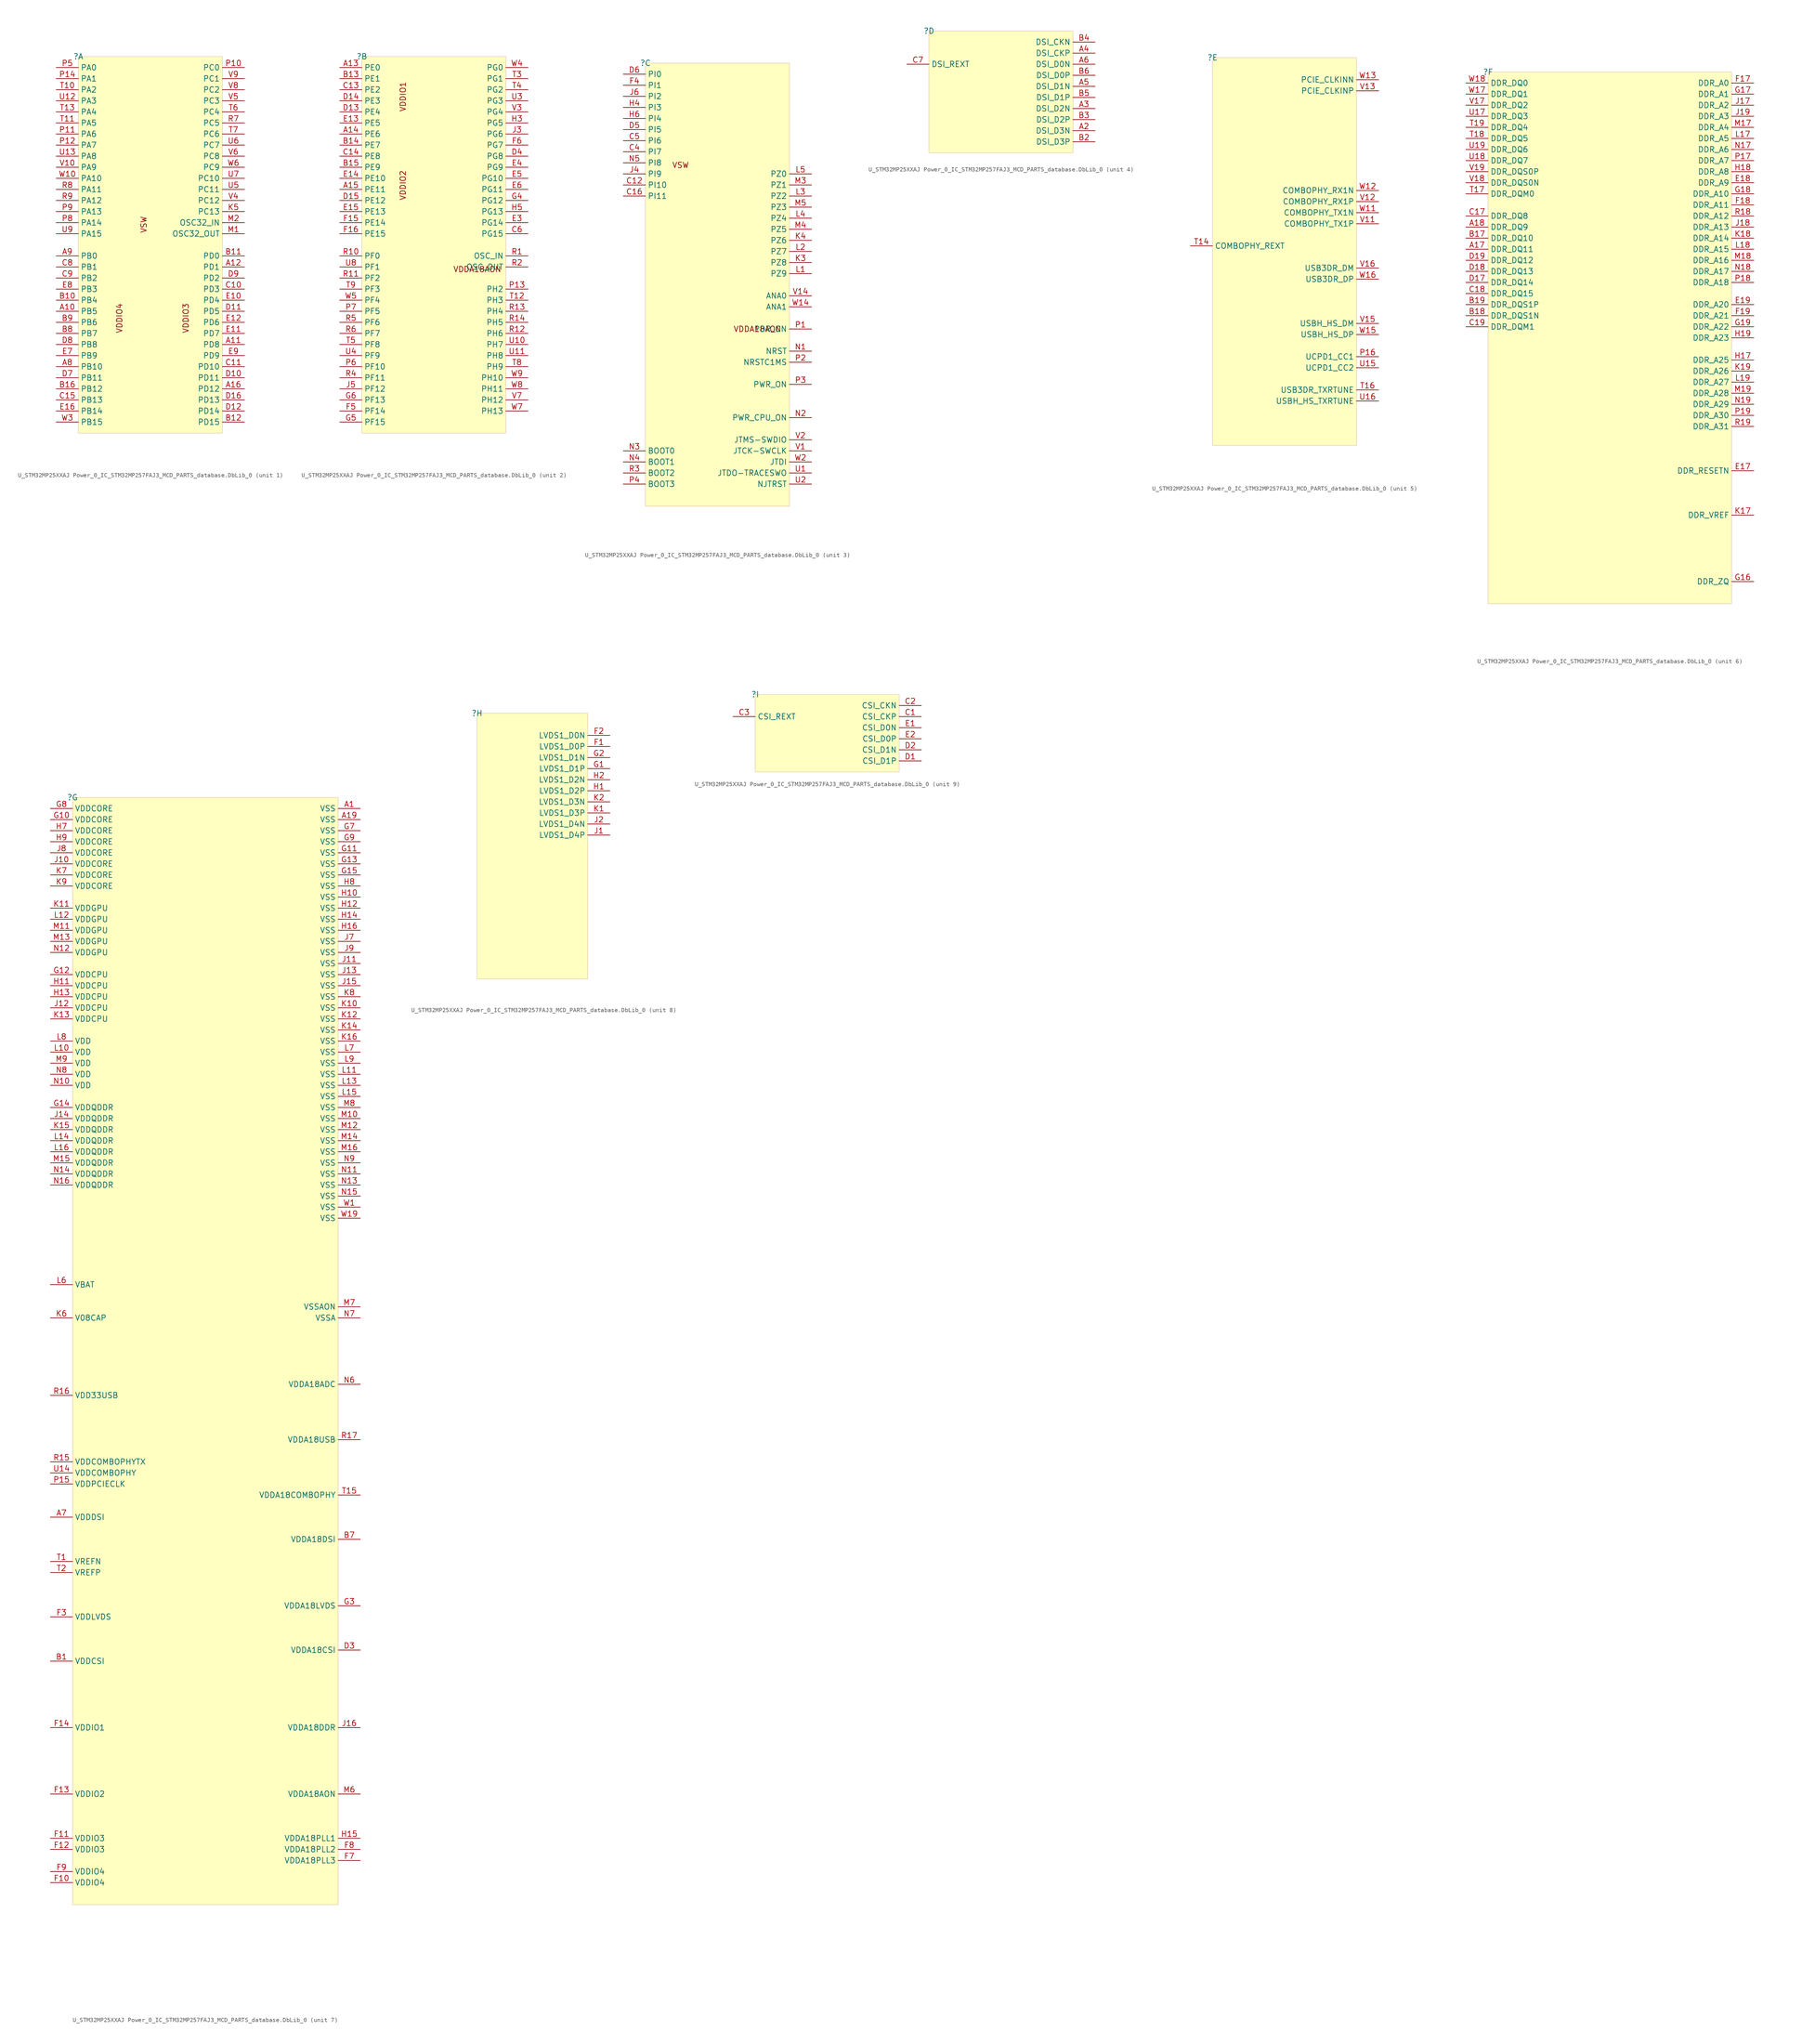
<source format=kicad_sym>
(kicad_symbol_lib
  (version 20241209)
  (generator "kicad_symbol_editor")
  (generator_version "9.0")
  (symbol "U_STM32MP25XXAJ Power_0_IC_STM32MP257FAJ3_MCD_PARTS_database.DbLib_0"
    (property "Reference" ""
      (at 0 0 0)
      (effects (font (size 1.27 1.27))))
    (property "Value" ""
      (at 0 0 0)
      (effects (font (size 1.27 1.27))))
    (symbol "U_STM32MP25XXAJ Power_0_IC_STM32MP257FAJ3_MCD_PARTS_database.DbLib_0_1_0"
      (rectangle (start 33.02 0) (end 0 -86.36) (stroke (width 0.025) (type solid) (color 128 0 0 1)) (fill (type background)))
      (text "VDDIO4" (at 10.16 -63.5 900) (effects (font (size 1.27 1.27)) (justify left bottom)))
      (text "VSW" (at 15.748 -36.576 900) (effects (font (size 1.27 1.27)) (justify right bottom)))
      (text "VDDIO3" (at 25.4 -63.5 900) (effects (font (size 1.27 1.27)) (justify left bottom)))
      (pin passive line (at -5.08 -2.54 0) (length 5.08) (name "PA0" (effects (font (size 1.27 1.27)))) (number "P5" (effects (font (size 1.27 1.27)))))
      (pin passive line (at -5.08 -5.08 0) (length 5.08) (name "PA1" (effects (font (size 1.27 1.27)))) (number "P14" (effects (font (size 1.27 1.27)))))
      (pin passive line (at -5.08 -7.62 0) (length 5.08) (name "PA2" (effects (font (size 1.27 1.27)))) (number "T10" (effects (font (size 1.27 1.27)))))
      (pin passive line (at -5.08 -10.16 0) (length 5.08) (name "PA3" (effects (font (size 1.27 1.27)))) (number "U12" (effects (font (size 1.27 1.27)))))
      (pin passive line (at -5.08 -12.7 0) (length 5.08) (name "PA4" (effects (font (size 1.27 1.27)))) (number "T13" (effects (font (size 1.27 1.27)))))
      (pin passive line (at -5.08 -15.24 0) (length 5.08) (name "PA5" (effects (font (size 1.27 1.27)))) (number "T11" (effects (font (size 1.27 1.27)))))
      (pin passive line (at -5.08 -17.78 0) (length 5.08) (name "PA6" (effects (font (size 1.27 1.27)))) (number "P11" (effects (font (size 1.27 1.27)))))
      (pin passive line (at -5.08 -20.32 0) (length 5.08) (name "PA7" (effects (font (size 1.27 1.27)))) (number "P12" (effects (font (size 1.27 1.27)))))
      (pin passive line (at -5.08 -22.86 0) (length 5.08) (name "PA8" (effects (font (size 1.27 1.27)))) (number "U13" (effects (font (size 1.27 1.27)))))
      (pin passive line (at -5.08 -25.4 0) (length 5.08) (name "PA9" (effects (font (size 1.27 1.27)))) (number "V10" (effects (font (size 1.27 1.27)))))
      (pin passive line (at -5.08 -27.94 0) (length 5.08) (name "PA10" (effects (font (size 1.27 1.27)))) (number "W10" (effects (font (size 1.27 1.27)))))
      (pin passive line (at -5.08 -30.48 0) (length 5.08) (name "PA11" (effects (font (size 1.27 1.27)))) (number "R8" (effects (font (size 1.27 1.27)))))
      (pin passive line (at -5.08 -33.02 0) (length 5.08) (name "PA12" (effects (font (size 1.27 1.27)))) (number "R9" (effects (font (size 1.27 1.27)))))
      (pin passive line (at -5.08 -35.56 0) (length 5.08) (name "PA13" (effects (font (size 1.27 1.27)))) (number "P9" (effects (font (size 1.27 1.27)))))
      (pin passive line (at -5.08 -38.1 0) (length 5.08) (name "PA14" (effects (font (size 1.27 1.27)))) (number "P8" (effects (font (size 1.27 1.27)))))
      (pin passive line (at -5.08 -40.64 0) (length 5.08) (name "PA15" (effects (font (size 1.27 1.27)))) (number "U9" (effects (font (size 1.27 1.27)))))
      (pin passive line (at -5.08 -45.72 0) (length 5.08) (name "PB0" (effects (font (size 1.27 1.27)))) (number "A9" (effects (font (size 1.27 1.27)))))
      (pin passive line (at -5.08 -48.26 0) (length 5.08) (name "PB1" (effects (font (size 1.27 1.27)))) (number "C8" (effects (font (size 1.27 1.27)))))
      (pin passive line (at -5.08 -50.8 0) (length 5.08) (name "PB2" (effects (font (size 1.27 1.27)))) (number "C9" (effects (font (size 1.27 1.27)))))
      (pin passive line (at -5.08 -53.34 0) (length 5.08) (name "PB3" (effects (font (size 1.27 1.27)))) (number "E8" (effects (font (size 1.27 1.27)))))
      (pin passive line (at -5.08 -55.88 0) (length 5.08) (name "PB4" (effects (font (size 1.27 1.27)))) (number "B10" (effects (font (size 1.27 1.27)))))
      (pin passive line (at -5.08 -58.42 0) (length 5.08) (name "PB5" (effects (font (size 1.27 1.27)))) (number "A10" (effects (font (size 1.27 1.27)))))
      (pin passive line (at -5.08 -60.96 0) (length 5.08) (name "PB6" (effects (font (size 1.27 1.27)))) (number "B9" (effects (font (size 1.27 1.27)))))
      (pin passive line (at -5.08 -63.5 0) (length 5.08) (name "PB7" (effects (font (size 1.27 1.27)))) (number "B8" (effects (font (size 1.27 1.27)))))
      (pin passive line (at -5.08 -66.04 0) (length 5.08) (name "PB8" (effects (font (size 1.27 1.27)))) (number "D8" (effects (font (size 1.27 1.27)))))
      (pin passive line (at -5.08 -68.58 0) (length 5.08) (name "PB9" (effects (font (size 1.27 1.27)))) (number "E7" (effects (font (size 1.27 1.27)))))
      (pin passive line (at -5.08 -71.12 0) (length 5.08) (name "PB10" (effects (font (size 1.27 1.27)))) (number "A8" (effects (font (size 1.27 1.27)))))
      (pin passive line (at -5.08 -73.66 0) (length 5.08) (name "PB11" (effects (font (size 1.27 1.27)))) (number "D7" (effects (font (size 1.27 1.27)))))
      (pin passive line (at -5.08 -76.2 0) (length 5.08) (name "PB12" (effects (font (size 1.27 1.27)))) (number "B16" (effects (font (size 1.27 1.27)))))
      (pin passive line (at -5.08 -78.74 0) (length 5.08) (name "PB13" (effects (font (size 1.27 1.27)))) (number "C15" (effects (font (size 1.27 1.27)))))
      (pin passive line (at -5.08 -81.28 0) (length 5.08) (name "PB14" (effects (font (size 1.27 1.27)))) (number "E16" (effects (font (size 1.27 1.27)))))
      (pin passive line (at -5.08 -83.82 0) (length 5.08) (name "PB15" (effects (font (size 1.27 1.27)))) (number "W3" (effects (font (size 1.27 1.27)))))
      (pin passive line (at 38.1 -2.54 180) (length 5.08) (name "PC0" (effects (font (size 1.27 1.27)))) (number "P10" (effects (font (size 1.27 1.27)))))
      (pin passive line (at 38.1 -5.08 180) (length 5.08) (name "PC1" (effects (font (size 1.27 1.27)))) (number "V9" (effects (font (size 1.27 1.27)))))
      (pin passive line (at 38.1 -7.62 180) (length 5.08) (name "PC2" (effects (font (size 1.27 1.27)))) (number "V8" (effects (font (size 1.27 1.27)))))
      (pin passive line (at 38.1 -10.16 180) (length 5.08) (name "PC3" (effects (font (size 1.27 1.27)))) (number "V5" (effects (font (size 1.27 1.27)))))
      (pin passive line (at 38.1 -12.7 180) (length 5.08) (name "PC4" (effects (font (size 1.27 1.27)))) (number "T6" (effects (font (size 1.27 1.27)))))
      (pin passive line (at 38.1 -15.24 180) (length 5.08) (name "PC5" (effects (font (size 1.27 1.27)))) (number "R7" (effects (font (size 1.27 1.27)))))
      (pin passive line (at 38.1 -17.78 180) (length 5.08) (name "PC6" (effects (font (size 1.27 1.27)))) (number "T7" (effects (font (size 1.27 1.27)))))
      (pin passive line (at 38.1 -20.32 180) (length 5.08) (name "PC7" (effects (font (size 1.27 1.27)))) (number "U6" (effects (font (size 1.27 1.27)))))
      (pin passive line (at 38.1 -22.86 180) (length 5.08) (name "PC8" (effects (font (size 1.27 1.27)))) (number "V6" (effects (font (size 1.27 1.27)))))
      (pin passive line (at 38.1 -25.4 180) (length 5.08) (name "PC9" (effects (font (size 1.27 1.27)))) (number "W6" (effects (font (size 1.27 1.27)))))
      (pin passive line (at 38.1 -27.94 180) (length 5.08) (name "PC10" (effects (font (size 1.27 1.27)))) (number "U7" (effects (font (size 1.27 1.27)))))
      (pin passive line (at 38.1 -30.48 180) (length 5.08) (name "PC11" (effects (font (size 1.27 1.27)))) (number "U5" (effects (font (size 1.27 1.27)))))
      (pin passive line (at 38.1 -33.02 180) (length 5.08) (name "PC12" (effects (font (size 1.27 1.27)))) (number "V4" (effects (font (size 1.27 1.27)))))
      (pin passive line (at 38.1 -35.56 180) (length 5.08) (name "PC13" (effects (font (size 1.27 1.27)))) (number "K5" (effects (font (size 1.27 1.27)))))
      (pin passive line (at 38.1 -38.1 180) (length 5.08) (name "OSC32_IN" (effects (font (size 1.27 1.27)))) (number "M2" (effects (font (size 1.27 1.27)))))
      (pin passive line (at 38.1 -40.64 180) (length 5.08) (name "OSC32_OUT" (effects (font (size 1.27 1.27)))) (number "M1" (effects (font (size 1.27 1.27)))))
      (pin passive line (at 38.1 -45.72 180) (length 5.08) (name "PD0" (effects (font (size 1.27 1.27)))) (number "B11" (effects (font (size 1.27 1.27)))))
      (pin passive line (at 38.1 -48.26 180) (length 5.08) (name "PD1" (effects (font (size 1.27 1.27)))) (number "A12" (effects (font (size 1.27 1.27)))))
      (pin passive line (at 38.1 -50.8 180) (length 5.08) (name "PD2" (effects (font (size 1.27 1.27)))) (number "D9" (effects (font (size 1.27 1.27)))))
      (pin passive line (at 38.1 -53.34 180) (length 5.08) (name "PD3" (effects (font (size 1.27 1.27)))) (number "C10" (effects (font (size 1.27 1.27)))))
      (pin passive line (at 38.1 -55.88 180) (length 5.08) (name "PD4" (effects (font (size 1.27 1.27)))) (number "E10" (effects (font (size 1.27 1.27)))))
      (pin passive line (at 38.1 -58.42 180) (length 5.08) (name "PD5" (effects (font (size 1.27 1.27)))) (number "D11" (effects (font (size 1.27 1.27)))))
      (pin passive line (at 38.1 -60.96 180) (length 5.08) (name "PD6" (effects (font (size 1.27 1.27)))) (number "E12" (effects (font (size 1.27 1.27)))))
      (pin passive line (at 38.1 -63.5 180) (length 5.08) (name "PD7" (effects (font (size 1.27 1.27)))) (number "E11" (effects (font (size 1.27 1.27)))))
      (pin passive line (at 38.1 -66.04 180) (length 5.08) (name "PD8" (effects (font (size 1.27 1.27)))) (number "A11" (effects (font (size 1.27 1.27)))))
      (pin passive line (at 38.1 -68.58 180) (length 5.08) (name "PD9" (effects (font (size 1.27 1.27)))) (number "E9" (effects (font (size 1.27 1.27)))))
      (pin passive line (at 38.1 -71.12 180) (length 5.08) (name "PD10" (effects (font (size 1.27 1.27)))) (number "C11" (effects (font (size 1.27 1.27)))))
      (pin passive line (at 38.1 -73.66 180) (length 5.08) (name "PD11" (effects (font (size 1.27 1.27)))) (number "D10" (effects (font (size 1.27 1.27)))))
      (pin passive line (at 38.1 -76.2 180) (length 5.08) (name "PD12" (effects (font (size 1.27 1.27)))) (number "A16" (effects (font (size 1.27 1.27)))))
      (pin passive line (at 38.1 -78.74 180) (length 5.08) (name "PD13" (effects (font (size 1.27 1.27)))) (number "D16" (effects (font (size 1.27 1.27)))))
      (pin passive line (at 38.1 -81.28 180) (length 5.08) (name "PD14" (effects (font (size 1.27 1.27)))) (number "D12" (effects (font (size 1.27 1.27)))))
      (pin passive line (at 38.1 -83.82 180) (length 5.08) (name "PD15" (effects (font (size 1.27 1.27)))) (number "B12" (effects (font (size 1.27 1.27))))))
    (symbol "U_STM32MP25XXAJ Power_0_IC_STM32MP257FAJ3_MCD_PARTS_database.DbLib_0_2_0"
      (rectangle (start 33.02 0) (end 0 -86.36) (stroke (width 0.025) (type solid) (color 128 0 0 1)) (fill (type background)))
      (text "VDDIO1" (at 10.16 -12.7 900) (effects (font (size 1.27 1.27)) (justify left bottom)))
      (text "VDDIO2" (at 10.16 -33.02 900) (effects (font (size 1.27 1.27)) (justify left bottom)))
      (text "VDDA18AON" (at 32.004 -49.53 0) (effects (font (size 1.27 1.27)) (justify right bottom)))
      (pin passive line (at -5.08 -2.54 0) (length 5.08) (name "PE0" (effects (font (size 1.27 1.27)))) (number "A13" (effects (font (size 1.27 1.27)))))
      (pin passive line (at -5.08 -5.08 0) (length 5.08) (name "PE1" (effects (font (size 1.27 1.27)))) (number "B13" (effects (font (size 1.27 1.27)))))
      (pin passive line (at -5.08 -7.62 0) (length 5.08) (name "PE2" (effects (font (size 1.27 1.27)))) (number "C13" (effects (font (size 1.27 1.27)))))
      (pin passive line (at -5.08 -10.16 0) (length 5.08) (name "PE3" (effects (font (size 1.27 1.27)))) (number "D14" (effects (font (size 1.27 1.27)))))
      (pin passive line (at -5.08 -12.7 0) (length 5.08) (name "PE4" (effects (font (size 1.27 1.27)))) (number "D13" (effects (font (size 1.27 1.27)))))
      (pin passive line (at -5.08 -15.24 0) (length 5.08) (name "PE5" (effects (font (size 1.27 1.27)))) (number "E13" (effects (font (size 1.27 1.27)))))
      (pin passive line (at -5.08 -17.78 0) (length 5.08) (name "PE6" (effects (font (size 1.27 1.27)))) (number "A14" (effects (font (size 1.27 1.27)))))
      (pin passive line (at -5.08 -20.32 0) (length 5.08) (name "PE7" (effects (font (size 1.27 1.27)))) (number "B14" (effects (font (size 1.27 1.27)))))
      (pin passive line (at -5.08 -22.86 0) (length 5.08) (name "PE8" (effects (font (size 1.27 1.27)))) (number "C14" (effects (font (size 1.27 1.27)))))
      (pin passive line (at -5.08 -25.4 0) (length 5.08) (name "PE9" (effects (font (size 1.27 1.27)))) (number "B15" (effects (font (size 1.27 1.27)))))
      (pin passive line (at -5.08 -27.94 0) (length 5.08) (name "PE10" (effects (font (size 1.27 1.27)))) (number "E14" (effects (font (size 1.27 1.27)))))
      (pin passive line (at -5.08 -30.48 0) (length 5.08) (name "PE11" (effects (font (size 1.27 1.27)))) (number "A15" (effects (font (size 1.27 1.27)))))
      (pin passive line (at -5.08 -33.02 0) (length 5.08) (name "PE12" (effects (font (size 1.27 1.27)))) (number "D15" (effects (font (size 1.27 1.27)))))
      (pin passive line (at -5.08 -35.56 0) (length 5.08) (name "PE13" (effects (font (size 1.27 1.27)))) (number "E15" (effects (font (size 1.27 1.27)))))
      (pin passive line (at -5.08 -38.1 0) (length 5.08) (name "PE14" (effects (font (size 1.27 1.27)))) (number "F15" (effects (font (size 1.27 1.27)))))
      (pin passive line (at -5.08 -40.64 0) (length 5.08) (name "PE15" (effects (font (size 1.27 1.27)))) (number "F16" (effects (font (size 1.27 1.27)))))
      (pin passive line (at -5.08 -45.72 0) (length 5.08) (name "PF0" (effects (font (size 1.27 1.27)))) (number "R10" (effects (font (size 1.27 1.27)))))
      (pin passive line (at -5.08 -48.26 0) (length 5.08) (name "PF1" (effects (font (size 1.27 1.27)))) (number "U8" (effects (font (size 1.27 1.27)))))
      (pin passive line (at -5.08 -50.8 0) (length 5.08) (name "PF2" (effects (font (size 1.27 1.27)))) (number "R11" (effects (font (size 1.27 1.27)))))
      (pin passive line (at -5.08 -53.34 0) (length 5.08) (name "PF3" (effects (font (size 1.27 1.27)))) (number "T9" (effects (font (size 1.27 1.27)))))
      (pin passive line (at -5.08 -55.88 0) (length 5.08) (name "PF4" (effects (font (size 1.27 1.27)))) (number "W5" (effects (font (size 1.27 1.27)))))
      (pin passive line (at -5.08 -58.42 0) (length 5.08) (name "PF5" (effects (font (size 1.27 1.27)))) (number "P7" (effects (font (size 1.27 1.27)))))
      (pin passive line (at -5.08 -60.96 0) (length 5.08) (name "PF6" (effects (font (size 1.27 1.27)))) (number "R5" (effects (font (size 1.27 1.27)))))
      (pin passive line (at -5.08 -63.5 0) (length 5.08) (name "PF7" (effects (font (size 1.27 1.27)))) (number "R6" (effects (font (size 1.27 1.27)))))
      (pin passive line (at -5.08 -66.04 0) (length 5.08) (name "PF8" (effects (font (size 1.27 1.27)))) (number "T5" (effects (font (size 1.27 1.27)))))
      (pin passive line (at -5.08 -68.58 0) (length 5.08) (name "PF9" (effects (font (size 1.27 1.27)))) (number "U4" (effects (font (size 1.27 1.27)))))
      (pin passive line (at -5.08 -71.12 0) (length 5.08) (name "PF10" (effects (font (size 1.27 1.27)))) (number "P6" (effects (font (size 1.27 1.27)))))
      (pin passive line (at -5.08 -73.66 0) (length 5.08) (name "PF11" (effects (font (size 1.27 1.27)))) (number "R4" (effects (font (size 1.27 1.27)))))
      (pin passive line (at -5.08 -76.2 0) (length 5.08) (name "PF12" (effects (font (size 1.27 1.27)))) (number "J5" (effects (font (size 1.27 1.27)))))
      (pin passive line (at -5.08 -78.74 0) (length 5.08) (name "PF13" (effects (font (size 1.27 1.27)))) (number "G6" (effects (font (size 1.27 1.27)))))
      (pin passive line (at -5.08 -81.28 0) (length 5.08) (name "PF14" (effects (font (size 1.27 1.27)))) (number "F5" (effects (font (size 1.27 1.27)))))
      (pin passive line (at -5.08 -83.82 0) (length 5.08) (name "PF15" (effects (font (size 1.27 1.27)))) (number "G5" (effects (font (size 1.27 1.27)))))
      (pin passive line (at 38.1 -2.54 180) (length 5.08) (name "PG0" (effects (font (size 1.27 1.27)))) (number "W4" (effects (font (size 1.27 1.27)))))
      (pin passive line (at 38.1 -5.08 180) (length 5.08) (name "PG1" (effects (font (size 1.27 1.27)))) (number "T3" (effects (font (size 1.27 1.27)))))
      (pin passive line (at 38.1 -7.62 180) (length 5.08) (name "PG2" (effects (font (size 1.27 1.27)))) (number "T4" (effects (font (size 1.27 1.27)))))
      (pin passive line (at 38.1 -10.16 180) (length 5.08) (name "PG3" (effects (font (size 1.27 1.27)))) (number "U3" (effects (font (size 1.27 1.27)))))
      (pin passive line (at 38.1 -12.7 180) (length 5.08) (name "PG4" (effects (font (size 1.27 1.27)))) (number "V3" (effects (font (size 1.27 1.27)))))
      (pin passive line (at 38.1 -15.24 180) (length 5.08) (name "PG5" (effects (font (size 1.27 1.27)))) (number "H3" (effects (font (size 1.27 1.27)))))
      (pin passive line (at 38.1 -17.78 180) (length 5.08) (name "PG6" (effects (font (size 1.27 1.27)))) (number "J3" (effects (font (size 1.27 1.27)))))
      (pin passive line (at 38.1 -20.32 180) (length 5.08) (name "PG7" (effects (font (size 1.27 1.27)))) (number "F6" (effects (font (size 1.27 1.27)))))
      (pin passive line (at 38.1 -22.86 180) (length 5.08) (name "PG8" (effects (font (size 1.27 1.27)))) (number "D4" (effects (font (size 1.27 1.27)))))
      (pin passive line (at 38.1 -25.4 180) (length 5.08) (name "PG9" (effects (font (size 1.27 1.27)))) (number "E4" (effects (font (size 1.27 1.27)))))
      (pin passive line (at 38.1 -27.94 180) (length 5.08) (name "PG10" (effects (font (size 1.27 1.27)))) (number "E5" (effects (font (size 1.27 1.27)))))
      (pin passive line (at 38.1 -30.48 180) (length 5.08) (name "PG11" (effects (font (size 1.27 1.27)))) (number "E6" (effects (font (size 1.27 1.27)))))
      (pin passive line (at 38.1 -33.02 180) (length 5.08) (name "PG12" (effects (font (size 1.27 1.27)))) (number "G4" (effects (font (size 1.27 1.27)))))
      (pin passive line (at 38.1 -35.56 180) (length 5.08) (name "PG13" (effects (font (size 1.27 1.27)))) (number "H5" (effects (font (size 1.27 1.27)))))
      (pin passive line (at 38.1 -38.1 180) (length 5.08) (name "PG14" (effects (font (size 1.27 1.27)))) (number "E3" (effects (font (size 1.27 1.27)))))
      (pin passive line (at 38.1 -40.64 180) (length 5.08) (name "PG15" (effects (font (size 1.27 1.27)))) (number "C6" (effects (font (size 1.27 1.27)))))
      (pin passive line (at 38.1 -45.72 180) (length 5.08) (name "OSC_IN" (effects (font (size 1.27 1.27)))) (number "R1" (effects (font (size 1.27 1.27)))))
      (pin passive line (at 38.1 -48.26 180) (length 5.08) (name "OSC_OUT" (effects (font (size 1.27 1.27)))) (number "R2" (effects (font (size 1.27 1.27)))))
      (pin passive line (at 38.1 -53.34 180) (length 5.08) (name "PH2" (effects (font (size 1.27 1.27)))) (number "P13" (effects (font (size 1.27 1.27)))))
      (pin passive line (at 38.1 -55.88 180) (length 5.08) (name "PH3" (effects (font (size 1.27 1.27)))) (number "T12" (effects (font (size 1.27 1.27)))))
      (pin passive line (at 38.1 -58.42 180) (length 5.08) (name "PH4" (effects (font (size 1.27 1.27)))) (number "R13" (effects (font (size 1.27 1.27)))))
      (pin passive line (at 38.1 -60.96 180) (length 5.08) (name "PH5" (effects (font (size 1.27 1.27)))) (number "R14" (effects (font (size 1.27 1.27)))))
      (pin passive line (at 38.1 -63.5 180) (length 5.08) (name "PH6" (effects (font (size 1.27 1.27)))) (number "R12" (effects (font (size 1.27 1.27)))))
      (pin passive line (at 38.1 -66.04 180) (length 5.08) (name "PH7" (effects (font (size 1.27 1.27)))) (number "U10" (effects (font (size 1.27 1.27)))))
      (pin passive line (at 38.1 -68.58 180) (length 5.08) (name "PH8" (effects (font (size 1.27 1.27)))) (number "U11" (effects (font (size 1.27 1.27)))))
      (pin passive line (at 38.1 -71.12 180) (length 5.08) (name "PH9" (effects (font (size 1.27 1.27)))) (number "T8" (effects (font (size 1.27 1.27)))))
      (pin passive line (at 38.1 -73.66 180) (length 5.08) (name "PH10" (effects (font (size 1.27 1.27)))) (number "W9" (effects (font (size 1.27 1.27)))))
      (pin passive line (at 38.1 -76.2 180) (length 5.08) (name "PH11" (effects (font (size 1.27 1.27)))) (number "W8" (effects (font (size 1.27 1.27)))))
      (pin passive line (at 38.1 -78.74 180) (length 5.08) (name "PH12" (effects (font (size 1.27 1.27)))) (number "V7" (effects (font (size 1.27 1.27)))))
      (pin passive line (at 38.1 -81.28 180) (length 5.08) (name "PH13" (effects (font (size 1.27 1.27)))) (number "W7" (effects (font (size 1.27 1.27))))))
    (symbol "U_STM32MP25XXAJ Power_0_IC_STM32MP257FAJ3_MCD_PARTS_database.DbLib_0_3_0"
      (rectangle (start 33.02 0) (end 0 -101.6) (stroke (width 0.025) (type solid) (color 128 0 0 1)) (fill (type background)))
      (text "VSW" (at 6.096 -24.13 0) (effects (font (size 1.27 1.27)) (justify left bottom)))
      (text "VDDA18AON" (at 31.242 -61.722 0) (effects (font (size 1.27 1.27)) (justify right bottom)))
      (pin passive line (at -5.08 -2.54 0) (length 5.08) (name "PI0" (effects (font (size 1.27 1.27)))) (number "D6" (effects (font (size 1.27 1.27)))))
      (pin passive line (at -5.08 -5.08 0) (length 5.08) (name "PI1" (effects (font (size 1.27 1.27)))) (number "F4" (effects (font (size 1.27 1.27)))))
      (pin passive line (at -5.08 -7.62 0) (length 5.08) (name "PI2" (effects (font (size 1.27 1.27)))) (number "J6" (effects (font (size 1.27 1.27)))))
      (pin passive line (at -5.08 -10.16 0) (length 5.08) (name "PI3" (effects (font (size 1.27 1.27)))) (number "H4" (effects (font (size 1.27 1.27)))))
      (pin passive line (at -5.08 -12.7 0) (length 5.08) (name "PI4" (effects (font (size 1.27 1.27)))) (number "H6" (effects (font (size 1.27 1.27)))))
      (pin passive line (at -5.08 -15.24 0) (length 5.08) (name "PI5" (effects (font (size 1.27 1.27)))) (number "D5" (effects (font (size 1.27 1.27)))))
      (pin passive line (at -5.08 -17.78 0) (length 5.08) (name "PI6" (effects (font (size 1.27 1.27)))) (number "C5" (effects (font (size 1.27 1.27)))))
      (pin passive line (at -5.08 -20.32 0) (length 5.08) (name "PI7" (effects (font (size 1.27 1.27)))) (number "C4" (effects (font (size 1.27 1.27)))))
      (pin passive line (at -5.08 -22.86 0) (length 5.08) (name "PI8" (effects (font (size 1.27 1.27)))) (number "N5" (effects (font (size 1.27 1.27)))))
      (pin passive line (at -5.08 -25.4 0) (length 5.08) (name "PI9" (effects (font (size 1.27 1.27)))) (number "J4" (effects (font (size 1.27 1.27)))))
      (pin passive line (at -5.08 -27.94 0) (length 5.08) (name "PI10" (effects (font (size 1.27 1.27)))) (number "C12" (effects (font (size 1.27 1.27)))))
      (pin passive line (at -5.08 -30.48 0) (length 5.08) (name "PI11" (effects (font (size 1.27 1.27)))) (number "C16" (effects (font (size 1.27 1.27)))))
      (pin passive line (at -5.08 -88.9 0) (length 5.08) (name "BOOT0" (effects (font (size 1.27 1.27)))) (number "N3" (effects (font (size 1.27 1.27)))))
      (pin passive line (at -5.08 -91.44 0) (length 5.08) (name "BOOT1" (effects (font (size 1.27 1.27)))) (number "N4" (effects (font (size 1.27 1.27)))))
      (pin passive line (at -5.08 -93.98 0) (length 5.08) (name "BOOT2" (effects (font (size 1.27 1.27)))) (number "R3" (effects (font (size 1.27 1.27)))))
      (pin passive line (at -5.08 -96.52 0) (length 5.08) (name "BOOT3" (effects (font (size 1.27 1.27)))) (number "P4" (effects (font (size 1.27 1.27)))))
      (pin passive line (at 38.1 -25.4 180) (length 5.08) (name "PZ0" (effects (font (size 1.27 1.27)))) (number "L5" (effects (font (size 1.27 1.27)))))
      (pin passive line (at 38.1 -27.94 180) (length 5.08) (name "PZ1" (effects (font (size 1.27 1.27)))) (number "M3" (effects (font (size 1.27 1.27)))))
      (pin passive line (at 38.1 -30.48 180) (length 5.08) (name "PZ2" (effects (font (size 1.27 1.27)))) (number "L3" (effects (font (size 1.27 1.27)))))
      (pin passive line (at 38.1 -33.02 180) (length 5.08) (name "PZ3" (effects (font (size 1.27 1.27)))) (number "M5" (effects (font (size 1.27 1.27)))))
      (pin passive line (at 38.1 -35.56 180) (length 5.08) (name "PZ4" (effects (font (size 1.27 1.27)))) (number "L4" (effects (font (size 1.27 1.27)))))
      (pin passive line (at 38.1 -38.1 180) (length 5.08) (name "PZ5" (effects (font (size 1.27 1.27)))) (number "M4" (effects (font (size 1.27 1.27)))))
      (pin passive line (at 38.1 -40.64 180) (length 5.08) (name "PZ6" (effects (font (size 1.27 1.27)))) (number "K4" (effects (font (size 1.27 1.27)))))
      (pin passive line (at 38.1 -43.18 180) (length 5.08) (name "PZ7" (effects (font (size 1.27 1.27)))) (number "L2" (effects (font (size 1.27 1.27)))))
      (pin passive line (at 38.1 -45.72 180) (length 5.08) (name "PZ8" (effects (font (size 1.27 1.27)))) (number "K3" (effects (font (size 1.27 1.27)))))
      (pin passive line (at 38.1 -48.26 180) (length 5.08) (name "PZ9" (effects (font (size 1.27 1.27)))) (number "L1" (effects (font (size 1.27 1.27)))))
      (pin passive line (at 38.1 -53.34 180) (length 5.08) (name "ANA0" (effects (font (size 1.27 1.27)))) (number "V14" (effects (font (size 1.27 1.27)))))
      (pin passive line (at 38.1 -55.88 180) (length 5.08) (name "ANA1" (effects (font (size 1.27 1.27)))) (number "W14" (effects (font (size 1.27 1.27)))))
      (pin passive line (at 38.1 -60.96 180) (length 5.08) (name "PDR_ON" (effects (font (size 1.27 1.27)))) (number "P1" (effects (font (size 1.27 1.27)))))
      (pin passive line (at 38.1 -66.04 180) (length 5.08) (name "NRST" (effects (font (size 1.27 1.27)))) (number "N1" (effects (font (size 1.27 1.27)))))
      (pin passive line (at 38.1 -68.58 180) (length 5.08) (name "NRSTC1MS" (effects (font (size 1.27 1.27)))) (number "P2" (effects (font (size 1.27 1.27)))))
      (pin passive line (at 38.1 -73.66 180) (length 5.08) (name "PWR_ON" (effects (font (size 1.27 1.27)))) (number "P3" (effects (font (size 1.27 1.27)))))
      (pin passive line (at 38.1 -81.28 180) (length 5.08) (name "PWR_CPU_ON" (effects (font (size 1.27 1.27)))) (number "N2" (effects (font (size 1.27 1.27)))))
      (pin passive line (at 38.1 -86.36 180) (length 5.08) (name "JTMS-SWDIO" (effects (font (size 1.27 1.27)))) (number "V2" (effects (font (size 1.27 1.27)))))
      (pin passive line (at 38.1 -88.9 180) (length 5.08) (name "JTCK-SWCLK" (effects (font (size 1.27 1.27)))) (number "V1" (effects (font (size 1.27 1.27)))))
      (pin passive line (at 38.1 -91.44 180) (length 5.08) (name "JTDI" (effects (font (size 1.27 1.27)))) (number "W2" (effects (font (size 1.27 1.27)))))
      (pin passive line (at 38.1 -93.98 180) (length 5.08) (name "JTDO-TRACESWO" (effects (font (size 1.27 1.27)))) (number "U1" (effects (font (size 1.27 1.27)))))
      (pin passive line (at 38.1 -96.52 180) (length 5.08) (name "NJTRST" (effects (font (size 1.27 1.27)))) (number "U2" (effects (font (size 1.27 1.27))))))
    (symbol "U_STM32MP25XXAJ Power_0_IC_STM32MP257FAJ3_MCD_PARTS_database.DbLib_0_4_0"
      (rectangle (start 33.02 0) (end 0 -27.94) (stroke (width 0.025) (type solid) (color 128 0 0 1)) (fill (type background)))
      (pin passive line (at -5.08 -7.62 0) (length 5.08) (name "DSI_REXT" (effects (font (size 1.27 1.27)))) (number "C7" (effects (font (size 1.27 1.27)))))
      (pin passive line (at 38.1 -2.54 180) (length 5.08) (name "DSI_CKN" (effects (font (size 1.27 1.27)))) (number "B4" (effects (font (size 1.27 1.27)))))
      (pin passive line (at 38.1 -5.08 180) (length 5.08) (name "DSI_CKP" (effects (font (size 1.27 1.27)))) (number "A4" (effects (font (size 1.27 1.27)))))
      (pin passive line (at 38.1 -7.62 180) (length 5.08) (name "DSI_D0N" (effects (font (size 1.27 1.27)))) (number "A6" (effects (font (size 1.27 1.27)))))
      (pin passive line (at 38.1 -10.16 180) (length 5.08) (name "DSI_D0P" (effects (font (size 1.27 1.27)))) (number "B6" (effects (font (size 1.27 1.27)))))
      (pin passive line (at 38.1 -12.7 180) (length 5.08) (name "DSI_D1N" (effects (font (size 1.27 1.27)))) (number "A5" (effects (font (size 1.27 1.27)))))
      (pin passive line (at 38.1 -15.24 180) (length 5.08) (name "DSI_D1P" (effects (font (size 1.27 1.27)))) (number "B5" (effects (font (size 1.27 1.27)))))
      (pin passive line (at 38.1 -17.78 180) (length 5.08) (name "DSI_D2N" (effects (font (size 1.27 1.27)))) (number "A3" (effects (font (size 1.27 1.27)))))
      (pin passive line (at 38.1 -20.32 180) (length 5.08) (name "DSI_D2P" (effects (font (size 1.27 1.27)))) (number "B3" (effects (font (size 1.27 1.27)))))
      (pin passive line (at 38.1 -22.86 180) (length 5.08) (name "DSI_D3N" (effects (font (size 1.27 1.27)))) (number "A2" (effects (font (size 1.27 1.27)))))
      (pin passive line (at 38.1 -25.4 180) (length 5.08) (name "DSI_D3P" (effects (font (size 1.27 1.27)))) (number "B2" (effects (font (size 1.27 1.27))))))
    (symbol "U_STM32MP25XXAJ Power_0_IC_STM32MP257FAJ3_MCD_PARTS_database.DbLib_0_5_0"
      (rectangle (start 33.02 0) (end 0 -88.9) (stroke (width 0.025) (type solid) (color 128 0 0 1)) (fill (type background)))
      (pin passive line (at -5.08 -43.18 0) (length 5.08) (name "COMBOPHY_REXT" (effects (font (size 1.27 1.27)))) (number "T14" (effects (font (size 1.27 1.27)))))
      (pin passive line (at 38.1 -5.08 180) (length 5.08) (name "PCIE_CLKINN" (effects (font (size 1.27 1.27)))) (number "W13" (effects (font (size 1.27 1.27)))))
      (pin passive line (at 38.1 -7.62 180) (length 5.08) (name "PCIE_CLKINP" (effects (font (size 1.27 1.27)))) (number "V13" (effects (font (size 1.27 1.27)))))
      (pin passive line (at 38.1 -30.48 180) (length 5.08) (name "COMBOPHY_RX1N" (effects (font (size 1.27 1.27)))) (number "W12" (effects (font (size 1.27 1.27)))))
      (pin passive line (at 38.1 -33.02 180) (length 5.08) (name "COMBOPHY_RX1P" (effects (font (size 1.27 1.27)))) (number "V12" (effects (font (size 1.27 1.27)))))
      (pin passive line (at 38.1 -35.56 180) (length 5.08) (name "COMBOPHY_TX1N" (effects (font (size 1.27 1.27)))) (number "W11" (effects (font (size 1.27 1.27)))))
      (pin passive line (at 38.1 -38.1 180) (length 5.08) (name "COMBOPHY_TX1P" (effects (font (size 1.27 1.27)))) (number "V11" (effects (font (size 1.27 1.27)))))
      (pin passive line (at 38.1 -48.26 180) (length 5.08) (name "USB3DR_DM" (effects (font (size 1.27 1.27)))) (number "V16" (effects (font (size 1.27 1.27)))))
      (pin passive line (at 38.1 -50.8 180) (length 5.08) (name "USB3DR_DP" (effects (font (size 1.27 1.27)))) (number "W16" (effects (font (size 1.27 1.27)))))
      (pin passive line (at 38.1 -60.96 180) (length 5.08) (name "USBH_HS_DM" (effects (font (size 1.27 1.27)))) (number "V15" (effects (font (size 1.27 1.27)))))
      (pin passive line (at 38.1 -63.5 180) (length 5.08) (name "USBH_HS_DP" (effects (font (size 1.27 1.27)))) (number "W15" (effects (font (size 1.27 1.27)))))
      (pin passive line (at 38.1 -68.58 180) (length 5.08) (name "UCPD1_CC1" (effects (font (size 1.27 1.27)))) (number "P16" (effects (font (size 1.27 1.27)))))
      (pin passive line (at 38.1 -71.12 180) (length 5.08) (name "UCPD1_CC2" (effects (font (size 1.27 1.27)))) (number "U15" (effects (font (size 1.27 1.27)))))
      (pin passive line (at 38.1 -76.2 180) (length 5.08) (name "USB3DR_TXRTUNE" (effects (font (size 1.27 1.27)))) (number "T16" (effects (font (size 1.27 1.27)))))
      (pin passive line (at 38.1 -78.74 180) (length 5.08) (name "USBH_HS_TXRTUNE" (effects (font (size 1.27 1.27)))) (number "U16" (effects (font (size 1.27 1.27))))))
    (symbol "U_STM32MP25XXAJ Power_0_IC_STM32MP257FAJ3_MCD_PARTS_database.DbLib_0_6_0"
      (rectangle (start 55.88 0) (end 0 -121.92) (stroke (width 0.025) (type solid) (color 128 0 0 1)) (fill (type background)))
      (pin passive line (at -5.08 -2.54 0) (length 5.08) (name "DDR_DQ0" (effects (font (size 1.27 1.27)))) (number "W18" (effects (font (size 1.27 1.27)))))
      (pin passive line (at -5.08 -5.08 0) (length 5.08) (name "DDR_DQ1" (effects (font (size 1.27 1.27)))) (number "W17" (effects (font (size 1.27 1.27)))))
      (pin passive line (at -5.08 -7.62 0) (length 5.08) (name "DDR_DQ2" (effects (font (size 1.27 1.27)))) (number "V17" (effects (font (size 1.27 1.27)))))
      (pin passive line (at -5.08 -10.16 0) (length 5.08) (name "DDR_DQ3" (effects (font (size 1.27 1.27)))) (number "U17" (effects (font (size 1.27 1.27)))))
      (pin passive line (at -5.08 -12.7 0) (length 5.08) (name "DDR_DQ4" (effects (font (size 1.27 1.27)))) (number "T19" (effects (font (size 1.27 1.27)))))
      (pin passive line (at -5.08 -15.24 0) (length 5.08) (name "DDR_DQ5" (effects (font (size 1.27 1.27)))) (number "T18" (effects (font (size 1.27 1.27)))))
      (pin passive line (at -5.08 -17.78 0) (length 5.08) (name "DDR_DQ6" (effects (font (size 1.27 1.27)))) (number "U19" (effects (font (size 1.27 1.27)))))
      (pin passive line (at -5.08 -20.32 0) (length 5.08) (name "DDR_DQ7" (effects (font (size 1.27 1.27)))) (number "U18" (effects (font (size 1.27 1.27)))))
      (pin passive line (at -5.08 -22.86 0) (length 5.08) (name "DDR_DQS0P" (effects (font (size 1.27 1.27)))) (number "V19" (effects (font (size 1.27 1.27)))))
      (pin passive line (at -5.08 -25.4 0) (length 5.08) (name "DDR_DQS0N" (effects (font (size 1.27 1.27)))) (number "V18" (effects (font (size 1.27 1.27)))))
      (pin passive line (at -5.08 -27.94 0) (length 5.08) (name "DDR_DQM0" (effects (font (size 1.27 1.27)))) (number "T17" (effects (font (size 1.27 1.27)))))
      (pin passive line (at -5.08 -33.02 0) (length 5.08) (name "DDR_DQ8" (effects (font (size 1.27 1.27)))) (number "C17" (effects (font (size 1.27 1.27)))))
      (pin passive line (at -5.08 -35.56 0) (length 5.08) (name "DDR_DQ9" (effects (font (size 1.27 1.27)))) (number "A18" (effects (font (size 1.27 1.27)))))
      (pin passive line (at -5.08 -38.1 0) (length 5.08) (name "DDR_DQ10" (effects (font (size 1.27 1.27)))) (number "B17" (effects (font (size 1.27 1.27)))))
      (pin passive line (at -5.08 -40.64 0) (length 5.08) (name "DDR_DQ11" (effects (font (size 1.27 1.27)))) (number "A17" (effects (font (size 1.27 1.27)))))
      (pin passive line (at -5.08 -43.18 0) (length 5.08) (name "DDR_DQ12" (effects (font (size 1.27 1.27)))) (number "D19" (effects (font (size 1.27 1.27)))))
      (pin passive line (at -5.08 -45.72 0) (length 5.08) (name "DDR_DQ13" (effects (font (size 1.27 1.27)))) (number "D18" (effects (font (size 1.27 1.27)))))
      (pin passive line (at -5.08 -48.26 0) (length 5.08) (name "DDR_DQ14" (effects (font (size 1.27 1.27)))) (number "D17" (effects (font (size 1.27 1.27)))))
      (pin passive line (at -5.08 -50.8 0) (length 5.08) (name "DDR_DQ15" (effects (font (size 1.27 1.27)))) (number "C18" (effects (font (size 1.27 1.27)))))
      (pin passive line (at -5.08 -53.34 0) (length 5.08) (name "DDR_DQS1P" (effects (font (size 1.27 1.27)))) (number "B19" (effects (font (size 1.27 1.27)))))
      (pin passive line (at -5.08 -55.88 0) (length 5.08) (name "DDR_DQS1N" (effects (font (size 1.27 1.27)))) (number "B18" (effects (font (size 1.27 1.27)))))
      (pin passive line (at -5.08 -58.42 0) (length 5.08) (name "DDR_DQM1" (effects (font (size 1.27 1.27)))) (number "C19" (effects (font (size 1.27 1.27)))))
      (pin passive line (at 60.96 -2.54 180) (length 5.08) (name "DDR_A0" (effects (font (size 1.27 1.27)))) (number "F17" (effects (font (size 1.27 1.27)))))
      (pin passive line (at 60.96 -5.08 180) (length 5.08) (name "DDR_A1" (effects (font (size 1.27 1.27)))) (number "G17" (effects (font (size 1.27 1.27)))))
      (pin passive line (at 60.96 -7.62 180) (length 5.08) (name "DDR_A2" (effects (font (size 1.27 1.27)))) (number "J17" (effects (font (size 1.27 1.27)))))
      (pin passive line (at 60.96 -10.16 180) (length 5.08) (name "DDR_A3" (effects (font (size 1.27 1.27)))) (number "J19" (effects (font (size 1.27 1.27)))))
      (pin passive line (at 60.96 -12.7 180) (length 5.08) (name "DDR_A4" (effects (font (size 1.27 1.27)))) (number "M17" (effects (font (size 1.27 1.27)))))
      (pin passive line (at 60.96 -15.24 180) (length 5.08) (name "DDR_A5" (effects (font (size 1.27 1.27)))) (number "L17" (effects (font (size 1.27 1.27)))))
      (pin passive line (at 60.96 -17.78 180) (length 5.08) (name "DDR_A6" (effects (font (size 1.27 1.27)))) (number "N17" (effects (font (size 1.27 1.27)))))
      (pin passive line (at 60.96 -20.32 180) (length 5.08) (name "DDR_A7" (effects (font (size 1.27 1.27)))) (number "P17" (effects (font (size 1.27 1.27)))))
      (pin passive line (at 60.96 -22.86 180) (length 5.08) (name "DDR_A8" (effects (font (size 1.27 1.27)))) (number "H18" (effects (font (size 1.27 1.27)))))
      (pin passive line (at 60.96 -25.4 180) (length 5.08) (name "DDR_A9" (effects (font (size 1.27 1.27)))) (number "E18" (effects (font (size 1.27 1.27)))))
      (pin passive line (at 60.96 -27.94 180) (length 5.08) (name "DDR_A10" (effects (font (size 1.27 1.27)))) (number "G18" (effects (font (size 1.27 1.27)))))
      (pin passive line (at 60.96 -30.48 180) (length 5.08) (name "DDR_A11" (effects (font (size 1.27 1.27)))) (number "F18" (effects (font (size 1.27 1.27)))))
      (pin passive line (at 60.96 -33.02 180) (length 5.08) (name "DDR_A12" (effects (font (size 1.27 1.27)))) (number "R18" (effects (font (size 1.27 1.27)))))
      (pin passive line (at 60.96 -35.56 180) (length 5.08) (name "DDR_A13" (effects (font (size 1.27 1.27)))) (number "J18" (effects (font (size 1.27 1.27)))))
      (pin passive line (at 60.96 -38.1 180) (length 5.08) (name "DDR_A14" (effects (font (size 1.27 1.27)))) (number "K18" (effects (font (size 1.27 1.27)))))
      (pin passive line (at 60.96 -40.64 180) (length 5.08) (name "DDR_A15" (effects (font (size 1.27 1.27)))) (number "L18" (effects (font (size 1.27 1.27)))))
      (pin passive line (at 60.96 -43.18 180) (length 5.08) (name "DDR_A16" (effects (font (size 1.27 1.27)))) (number "M18" (effects (font (size 1.27 1.27)))))
      (pin passive line (at 60.96 -45.72 180) (length 5.08) (name "DDR_A17" (effects (font (size 1.27 1.27)))) (number "N18" (effects (font (size 1.27 1.27)))))
      (pin passive line (at 60.96 -48.26 180) (length 5.08) (name "DDR_A18" (effects (font (size 1.27 1.27)))) (number "P18" (effects (font (size 1.27 1.27)))))
      (pin passive line (at 60.96 -53.34 180) (length 5.08) (name "DDR_A20" (effects (font (size 1.27 1.27)))) (number "E19" (effects (font (size 1.27 1.27)))))
      (pin passive line (at 60.96 -55.88 180) (length 5.08) (name "DDR_A21" (effects (font (size 1.27 1.27)))) (number "F19" (effects (font (size 1.27 1.27)))))
      (pin passive line (at 60.96 -58.42 180) (length 5.08) (name "DDR_A22" (effects (font (size 1.27 1.27)))) (number "G19" (effects (font (size 1.27 1.27)))))
      (pin passive line (at 60.96 -60.96 180) (length 5.08) (name "DDR_A23" (effects (font (size 1.27 1.27)))) (number "H19" (effects (font (size 1.27 1.27)))))
      (pin passive line (at 60.96 -66.04 180) (length 5.08) (name "DDR_A25" (effects (font (size 1.27 1.27)))) (number "H17" (effects (font (size 1.27 1.27)))))
      (pin passive line (at 60.96 -68.58 180) (length 5.08) (name "DDR_A26" (effects (font (size 1.27 1.27)))) (number "K19" (effects (font (size 1.27 1.27)))))
      (pin passive line (at 60.96 -71.12 180) (length 5.08) (name "DDR_A27" (effects (font (size 1.27 1.27)))) (number "L19" (effects (font (size 1.27 1.27)))))
      (pin passive line (at 60.96 -73.66 180) (length 5.08) (name "DDR_A28" (effects (font (size 1.27 1.27)))) (number "M19" (effects (font (size 1.27 1.27)))))
      (pin passive line (at 60.96 -76.2 180) (length 5.08) (name "DDR_A29" (effects (font (size 1.27 1.27)))) (number "N19" (effects (font (size 1.27 1.27)))))
      (pin passive line (at 60.96 -78.74 180) (length 5.08) (name "DDR_A30" (effects (font (size 1.27 1.27)))) (number "P19" (effects (font (size 1.27 1.27)))))
      (pin passive line (at 60.96 -81.28 180) (length 5.08) (name "DDR_A31" (effects (font (size 1.27 1.27)))) (number "R19" (effects (font (size 1.27 1.27)))))
      (pin passive line (at 60.96 -91.44 180) (length 5.08) (name "DDR_RESETN" (effects (font (size 1.27 1.27)))) (number "E17" (effects (font (size 1.27 1.27)))))
      (pin passive line (at 60.96 -101.6 180) (length 5.08) (name "DDR_VREF" (effects (font (size 1.27 1.27)))) (number "K17" (effects (font (size 1.27 1.27)))))
      (pin passive line (at 60.96 -116.84 180) (length 5.08) (name "DDR_ZQ" (effects (font (size 1.27 1.27)))) (number "G16" (effects (font (size 1.27 1.27))))))
    (symbol "U_STM32MP25XXAJ Power_0_IC_STM32MP257FAJ3_MCD_PARTS_database.DbLib_0_7_0"
      (rectangle (start 60.96 0) (end 0 -254) (stroke (width 0.025) (type solid) (color 128 0 0 1)) (fill (type background)))
      (pin passive line (at -5.08 -2.54 0) (length 5.08) (name "VDDCORE" (effects (font (size 1.27 1.27)))) (number "G8" (effects (font (size 1.27 1.27)))))
      (pin passive line (at -5.08 -5.08 0) (length 5.08) (name "VDDCORE" (effects (font (size 1.27 1.27)))) (number "G10" (effects (font (size 1.27 1.27)))))
      (pin passive line (at -5.08 -7.62 0) (length 5.08) (name "VDDCORE" (effects (font (size 1.27 1.27)))) (number "H7" (effects (font (size 1.27 1.27)))))
      (pin passive line (at -5.08 -10.16 0) (length 5.08) (name "VDDCORE" (effects (font (size 1.27 1.27)))) (number "H9" (effects (font (size 1.27 1.27)))))
      (pin passive line (at -5.08 -12.7 0) (length 5.08) (name "VDDCORE" (effects (font (size 1.27 1.27)))) (number "J8" (effects (font (size 1.27 1.27)))))
      (pin passive line (at -5.08 -15.24 0) (length 5.08) (name "VDDCORE" (effects (font (size 1.27 1.27)))) (number "J10" (effects (font (size 1.27 1.27)))))
      (pin passive line (at -5.08 -17.78 0) (length 5.08) (name "VDDCORE" (effects (font (size 1.27 1.27)))) (number "K7" (effects (font (size 1.27 1.27)))))
      (pin passive line (at -5.08 -20.32 0) (length 5.08) (name "VDDCORE" (effects (font (size 1.27 1.27)))) (number "K9" (effects (font (size 1.27 1.27)))))
      (pin passive line (at -5.08 -25.4 0) (length 5.08) (name "VDDGPU" (effects (font (size 1.27 1.27)))) (number "K11" (effects (font (size 1.27 1.27)))))
      (pin passive line (at -5.08 -27.94 0) (length 5.08) (name "VDDGPU" (effects (font (size 1.27 1.27)))) (number "L12" (effects (font (size 1.27 1.27)))))
      (pin passive line (at -5.08 -30.48 0) (length 5.08) (name "VDDGPU" (effects (font (size 1.27 1.27)))) (number "M11" (effects (font (size 1.27 1.27)))))
      (pin passive line (at -5.08 -33.02 0) (length 5.08) (name "VDDGPU" (effects (font (size 1.27 1.27)))) (number "M13" (effects (font (size 1.27 1.27)))))
      (pin passive line (at -5.08 -35.56 0) (length 5.08) (name "VDDGPU" (effects (font (size 1.27 1.27)))) (number "N12" (effects (font (size 1.27 1.27)))))
      (pin passive line (at -5.08 -40.64 0) (length 5.08) (name "VDDCPU" (effects (font (size 1.27 1.27)))) (number "G12" (effects (font (size 1.27 1.27)))))
      (pin passive line (at -5.08 -43.18 0) (length 5.08) (name "VDDCPU" (effects (font (size 1.27 1.27)))) (number "H11" (effects (font (size 1.27 1.27)))))
      (pin passive line (at -5.08 -45.72 0) (length 5.08) (name "VDDCPU" (effects (font (size 1.27 1.27)))) (number "H13" (effects (font (size 1.27 1.27)))))
      (pin passive line (at -5.08 -48.26 0) (length 5.08) (name "VDDCPU" (effects (font (size 1.27 1.27)))) (number "J12" (effects (font (size 1.27 1.27)))))
      (pin passive line (at -5.08 -50.8 0) (length 5.08) (name "VDDCPU" (effects (font (size 1.27 1.27)))) (number "K13" (effects (font (size 1.27 1.27)))))
      (pin passive line (at -5.08 -55.88 0) (length 5.08) (name "VDD" (effects (font (size 1.27 1.27)))) (number "L8" (effects (font (size 1.27 1.27)))))
      (pin passive line (at -5.08 -58.42 0) (length 5.08) (name "VDD" (effects (font (size 1.27 1.27)))) (number "L10" (effects (font (size 1.27 1.27)))))
      (pin passive line (at -5.08 -60.96 0) (length 5.08) (name "VDD" (effects (font (size 1.27 1.27)))) (number "M9" (effects (font (size 1.27 1.27)))))
      (pin passive line (at -5.08 -63.5 0) (length 5.08) (name "VDD" (effects (font (size 1.27 1.27)))) (number "N8" (effects (font (size 1.27 1.27)))))
      (pin passive line (at -5.08 -66.04 0) (length 5.08) (name "VDD" (effects (font (size 1.27 1.27)))) (number "N10" (effects (font (size 1.27 1.27)))))
      (pin passive line (at -5.08 -71.12 0) (length 5.08) (name "VDDQDDR" (effects (font (size 1.27 1.27)))) (number "G14" (effects (font (size 1.27 1.27)))))
      (pin passive line (at -5.08 -73.66 0) (length 5.08) (name "VDDQDDR" (effects (font (size 1.27 1.27)))) (number "J14" (effects (font (size 1.27 1.27)))))
      (pin passive line (at -5.08 -76.2 0) (length 5.08) (name "VDDQDDR" (effects (font (size 1.27 1.27)))) (number "K15" (effects (font (size 1.27 1.27)))))
      (pin passive line (at -5.08 -78.74 0) (length 5.08) (name "VDDQDDR" (effects (font (size 1.27 1.27)))) (number "L14" (effects (font (size 1.27 1.27)))))
      (pin passive line (at -5.08 -81.28 0) (length 5.08) (name "VDDQDDR" (effects (font (size 1.27 1.27)))) (number "L16" (effects (font (size 1.27 1.27)))))
      (pin passive line (at -5.08 -83.82 0) (length 5.08) (name "VDDQDDR" (effects (font (size 1.27 1.27)))) (number "M15" (effects (font (size 1.27 1.27)))))
      (pin passive line (at -5.08 -86.36 0) (length 5.08) (name "VDDQDDR" (effects (font (size 1.27 1.27)))) (number "N14" (effects (font (size 1.27 1.27)))))
      (pin passive line (at -5.08 -88.9 0) (length 5.08) (name "VDDQDDR" (effects (font (size 1.27 1.27)))) (number "N16" (effects (font (size 1.27 1.27)))))
      (pin passive line (at -5.08 -111.76 0) (length 5.08) (name "VBAT" (effects (font (size 1.27 1.27)))) (number "L6" (effects (font (size 1.27 1.27)))))
      (pin passive line (at -5.08 -119.38 0) (length 5.08) (name "V08CAP" (effects (font (size 1.27 1.27)))) (number "K6" (effects (font (size 1.27 1.27)))))
      (pin passive line (at -5.08 -137.16 0) (length 5.08) (name "VDD33USB" (effects (font (size 1.27 1.27)))) (number "R16" (effects (font (size 1.27 1.27)))))
      (pin passive line (at -5.08 -152.4 0) (length 5.08) (name "VDDCOMBOPHYTX" (effects (font (size 1.27 1.27)))) (number "R15" (effects (font (size 1.27 1.27)))))
      (pin passive line (at -5.08 -154.94 0) (length 5.08) (name "VDDCOMBOPHY" (effects (font (size 1.27 1.27)))) (number "U14" (effects (font (size 1.27 1.27)))))
      (pin passive line (at -5.08 -157.48 0) (length 5.08) (name "VDDPCIECLK" (effects (font (size 1.27 1.27)))) (number "P15" (effects (font (size 1.27 1.27)))))
      (pin passive line (at -5.08 -165.1 0) (length 5.08) (name "VDDDSI" (effects (font (size 1.27 1.27)))) (number "A7" (effects (font (size 1.27 1.27)))))
      (pin passive line (at -5.08 -175.26 0) (length 5.08) (name "VREFN" (effects (font (size 1.27 1.27)))) (number "T1" (effects (font (size 1.27 1.27)))))
      (pin passive line (at -5.08 -177.8 0) (length 5.08) (name "VREFP" (effects (font (size 1.27 1.27)))) (number "T2" (effects (font (size 1.27 1.27)))))
      (pin passive line (at -5.08 -187.96 0) (length 5.08) (name "VDDLVDS" (effects (font (size 1.27 1.27)))) (number "F3" (effects (font (size 1.27 1.27)))))
      (pin passive line (at -5.08 -198.12 0) (length 5.08) (name "VDDCSI" (effects (font (size 1.27 1.27)))) (number "B1" (effects (font (size 1.27 1.27)))))
      (pin passive line (at -5.08 -213.36 0) (length 5.08) (name "VDDIO1" (effects (font (size 1.27 1.27)))) (number "F14" (effects (font (size 1.27 1.27)))))
      (pin passive line (at -5.08 -228.6 0) (length 5.08) (name "VDDIO2" (effects (font (size 1.27 1.27)))) (number "F13" (effects (font (size 1.27 1.27)))))
      (pin passive line (at -5.08 -238.76 0) (length 5.08) (name "VDDIO3" (effects (font (size 1.27 1.27)))) (number "F11" (effects (font (size 1.27 1.27)))))
      (pin passive line (at -5.08 -241.3 0) (length 5.08) (name "VDDIO3" (effects (font (size 1.27 1.27)))) (number "F12" (effects (font (size 1.27 1.27)))))
      (pin passive line (at -5.08 -246.38 0) (length 5.08) (name "VDDIO4" (effects (font (size 1.27 1.27)))) (number "F9" (effects (font (size 1.27 1.27)))))
      (pin passive line (at -5.08 -248.92 0) (length 5.08) (name "VDDIO4" (effects (font (size 1.27 1.27)))) (number "F10" (effects (font (size 1.27 1.27)))))
      (pin passive line (at 66.04 -2.54 180) (length 5.08) (name "VSS" (effects (font (size 1.27 1.27)))) (number "A1" (effects (font (size 1.27 1.27)))))
      (pin passive line (at 66.04 -5.08 180) (length 5.08) (name "VSS" (effects (font (size 1.27 1.27)))) (number "A19" (effects (font (size 1.27 1.27)))))
      (pin passive line (at 66.04 -7.62 180) (length 5.08) (name "VSS" (effects (font (size 1.27 1.27)))) (number "G7" (effects (font (size 1.27 1.27)))))
      (pin passive line (at 66.04 -10.16 180) (length 5.08) (name "VSS" (effects (font (size 1.27 1.27)))) (number "G9" (effects (font (size 1.27 1.27)))))
      (pin passive line (at 66.04 -12.7 180) (length 5.08) (name "VSS" (effects (font (size 1.27 1.27)))) (number "G11" (effects (font (size 1.27 1.27)))))
      (pin passive line (at 66.04 -15.24 180) (length 5.08) (name "VSS" (effects (font (size 1.27 1.27)))) (number "G13" (effects (font (size 1.27 1.27)))))
      (pin passive line (at 66.04 -17.78 180) (length 5.08) (name "VSS" (effects (font (size 1.27 1.27)))) (number "G15" (effects (font (size 1.27 1.27)))))
      (pin passive line (at 66.04 -20.32 180) (length 5.08) (name "VSS" (effects (font (size 1.27 1.27)))) (number "H8" (effects (font (size 1.27 1.27)))))
      (pin passive line (at 66.04 -22.86 180) (length 5.08) (name "VSS" (effects (font (size 1.27 1.27)))) (number "H10" (effects (font (size 1.27 1.27)))))
      (pin passive line (at 66.04 -25.4 180) (length 5.08) (name "VSS" (effects (font (size 1.27 1.27)))) (number "H12" (effects (font (size 1.27 1.27)))))
      (pin passive line (at 66.04 -27.94 180) (length 5.08) (name "VSS" (effects (font (size 1.27 1.27)))) (number "H14" (effects (font (size 1.27 1.27)))))
      (pin passive line (at 66.04 -30.48 180) (length 5.08) (name "VSS" (effects (font (size 1.27 1.27)))) (number "H16" (effects (font (size 1.27 1.27)))))
      (pin passive line (at 66.04 -33.02 180) (length 5.08) (name "VSS" (effects (font (size 1.27 1.27)))) (number "J7" (effects (font (size 1.27 1.27)))))
      (pin passive line (at 66.04 -35.56 180) (length 5.08) (name "VSS" (effects (font (size 1.27 1.27)))) (number "J9" (effects (font (size 1.27 1.27)))))
      (pin passive line (at 66.04 -38.1 180) (length 5.08) (name "VSS" (effects (font (size 1.27 1.27)))) (number "J11" (effects (font (size 1.27 1.27)))))
      (pin passive line (at 66.04 -40.64 180) (length 5.08) (name "VSS" (effects (font (size 1.27 1.27)))) (number "J13" (effects (font (size 1.27 1.27)))))
      (pin passive line (at 66.04 -43.18 180) (length 5.08) (name "VSS" (effects (font (size 1.27 1.27)))) (number "J15" (effects (font (size 1.27 1.27)))))
      (pin passive line (at 66.04 -45.72 180) (length 5.08) (name "VSS" (effects (font (size 1.27 1.27)))) (number "K8" (effects (font (size 1.27 1.27)))))
      (pin passive line (at 66.04 -48.26 180) (length 5.08) (name "VSS" (effects (font (size 1.27 1.27)))) (number "K10" (effects (font (size 1.27 1.27)))))
      (pin passive line (at 66.04 -50.8 180) (length 5.08) (name "VSS" (effects (font (size 1.27 1.27)))) (number "K12" (effects (font (size 1.27 1.27)))))
      (pin passive line (at 66.04 -53.34 180) (length 5.08) (name "VSS" (effects (font (size 1.27 1.27)))) (number "K14" (effects (font (size 1.27 1.27)))))
      (pin passive line (at 66.04 -55.88 180) (length 5.08) (name "VSS" (effects (font (size 1.27 1.27)))) (number "K16" (effects (font (size 1.27 1.27)))))
      (pin passive line (at 66.04 -58.42 180) (length 5.08) (name "VSS" (effects (font (size 1.27 1.27)))) (number "L7" (effects (font (size 1.27 1.27)))))
      (pin passive line (at 66.04 -60.96 180) (length 5.08) (name "VSS" (effects (font (size 1.27 1.27)))) (number "L9" (effects (font (size 1.27 1.27)))))
      (pin passive line (at 66.04 -63.5 180) (length 5.08) (name "VSS" (effects (font (size 1.27 1.27)))) (number "L11" (effects (font (size 1.27 1.27)))))
      (pin passive line (at 66.04 -66.04 180) (length 5.08) (name "VSS" (effects (font (size 1.27 1.27)))) (number "L13" (effects (font (size 1.27 1.27)))))
      (pin passive line (at 66.04 -68.58 180) (length 5.08) (name "VSS" (effects (font (size 1.27 1.27)))) (number "L15" (effects (font (size 1.27 1.27)))))
      (pin passive line (at 66.04 -71.12 180) (length 5.08) (name "VSS" (effects (font (size 1.27 1.27)))) (number "M8" (effects (font (size 1.27 1.27)))))
      (pin passive line (at 66.04 -73.66 180) (length 5.08) (name "VSS" (effects (font (size 1.27 1.27)))) (number "M10" (effects (font (size 1.27 1.27)))))
      (pin passive line (at 66.04 -76.2 180) (length 5.08) (name "VSS" (effects (font (size 1.27 1.27)))) (number "M12" (effects (font (size 1.27 1.27)))))
      (pin passive line (at 66.04 -78.74 180) (length 5.08) (name "VSS" (effects (font (size 1.27 1.27)))) (number "M14" (effects (font (size 1.27 1.27)))))
      (pin passive line (at 66.04 -81.28 180) (length 5.08) (name "VSS" (effects (font (size 1.27 1.27)))) (number "M16" (effects (font (size 1.27 1.27)))))
      (pin passive line (at 66.04 -83.82 180) (length 5.08) (name "VSS" (effects (font (size 1.27 1.27)))) (number "N9" (effects (font (size 1.27 1.27)))))
      (pin passive line (at 66.04 -86.36 180) (length 5.08) (name "VSS" (effects (font (size 1.27 1.27)))) (number "N11" (effects (font (size 1.27 1.27)))))
      (pin passive line (at 66.04 -88.9 180) (length 5.08) (name "VSS" (effects (font (size 1.27 1.27)))) (number "N13" (effects (font (size 1.27 1.27)))))
      (pin passive line (at 66.04 -91.44 180) (length 5.08) (name "VSS" (effects (font (size 1.27 1.27)))) (number "N15" (effects (font (size 1.27 1.27)))))
      (pin passive line (at 66.04 -93.98 180) (length 5.08) (name "VSS" (effects (font (size 1.27 1.27)))) (number "W1" (effects (font (size 1.27 1.27)))))
      (pin passive line (at 66.04 -96.52 180) (length 5.08) (name "VSS" (effects (font (size 1.27 1.27)))) (number "W19" (effects (font (size 1.27 1.27)))))
      (pin passive line (at 66.04 -116.84 180) (length 5.08) (name "VSSAON" (effects (font (size 1.27 1.27)))) (number "M7" (effects (font (size 1.27 1.27)))))
      (pin passive line (at 66.04 -119.38 180) (length 5.08) (name "VSSA" (effects (font (size 1.27 1.27)))) (number "N7" (effects (font (size 1.27 1.27)))))
      (pin passive line (at 66.04 -134.62 180) (length 5.08) (name "VDDA18ADC" (effects (font (size 1.27 1.27)))) (number "N6" (effects (font (size 1.27 1.27)))))
      (pin passive line (at 66.04 -147.32 180) (length 5.08) (name "VDDA18USB" (effects (font (size 1.27 1.27)))) (number "R17" (effects (font (size 1.27 1.27)))))
      (pin passive line (at 66.04 -160.02 180) (length 5.08) (name "VDDA18COMBOPHY" (effects (font (size 1.27 1.27)))) (number "T15" (effects (font (size 1.27 1.27)))))
      (pin passive line (at 66.04 -170.18 180) (length 5.08) (name "VDDA18DSI" (effects (font (size 1.27 1.27)))) (number "B7" (effects (font (size 1.27 1.27)))))
      (pin passive line (at 66.04 -185.42 180) (length 5.08) (name "VDDA18LVDS" (effects (font (size 1.27 1.27)))) (number "G3" (effects (font (size 1.27 1.27)))))
      (pin passive line (at 66.04 -195.58 180) (length 5.08) (name "VDDA18CSI" (effects (font (size 1.27 1.27)))) (number "D3" (effects (font (size 1.27 1.27)))))
      (pin passive line (at 66.04 -213.36 180) (length 5.08) (name "VDDA18DDR" (effects (font (size 1.27 1.27)))) (number "J16" (effects (font (size 1.27 1.27)))))
      (pin passive line (at 66.04 -228.6 180) (length 5.08) (name "VDDA18AON" (effects (font (size 1.27 1.27)))) (number "M6" (effects (font (size 1.27 1.27)))))
      (pin passive line (at 66.04 -238.76 180) (length 5.08) (name "VDDA18PLL1" (effects (font (size 1.27 1.27)))) (number "H15" (effects (font (size 1.27 1.27)))))
      (pin passive line (at 66.04 -241.3 180) (length 5.08) (name "VDDA18PLL2" (effects (font (size 1.27 1.27)))) (number "F8" (effects (font (size 1.27 1.27)))))
      (pin passive line (at 66.04 -243.84 180) (length 5.08) (name "VDDA18PLL3" (effects (font (size 1.27 1.27)))) (number "F7" (effects (font (size 1.27 1.27))))))
    (symbol "U_STM32MP25XXAJ Power_0_IC_STM32MP257FAJ3_MCD_PARTS_database.DbLib_0_8_0"
      (rectangle (start 25.4 0) (end 0 -60.96) (stroke (width 0.025) (type solid) (color 128 0 0 1)) (fill (type background)))
      (pin passive line (at 30.48 -5.08 180) (length 5.08) (name "LVDS1_D0N" (effects (font (size 1.27 1.27)))) (number "F2" (effects (font (size 1.27 1.27)))))
      (pin passive line (at 30.48 -7.62 180) (length 5.08) (name "LVDS1_D0P" (effects (font (size 1.27 1.27)))) (number "F1" (effects (font (size 1.27 1.27)))))
      (pin passive line (at 30.48 -10.16 180) (length 5.08) (name "LVDS1_D1N" (effects (font (size 1.27 1.27)))) (number "G2" (effects (font (size 1.27 1.27)))))
      (pin passive line (at 30.48 -12.7 180) (length 5.08) (name "LVDS1_D1P" (effects (font (size 1.27 1.27)))) (number "G1" (effects (font (size 1.27 1.27)))))
      (pin passive line (at 30.48 -15.24 180) (length 5.08) (name "LVDS1_D2N" (effects (font (size 1.27 1.27)))) (number "H2" (effects (font (size 1.27 1.27)))))
      (pin passive line (at 30.48 -17.78 180) (length 5.08) (name "LVDS1_D2P" (effects (font (size 1.27 1.27)))) (number "H1" (effects (font (size 1.27 1.27)))))
      (pin passive line (at 30.48 -20.32 180) (length 5.08) (name "LVDS1_D3N" (effects (font (size 1.27 1.27)))) (number "K2" (effects (font (size 1.27 1.27)))))
      (pin passive line (at 30.48 -22.86 180) (length 5.08) (name "LVDS1_D3P" (effects (font (size 1.27 1.27)))) (number "K1" (effects (font (size 1.27 1.27)))))
      (pin passive line (at 30.48 -25.4 180) (length 5.08) (name "LVDS1_D4N" (effects (font (size 1.27 1.27)))) (number "J2" (effects (font (size 1.27 1.27)))))
      (pin passive line (at 30.48 -27.94 180) (length 5.08) (name "LVDS1_D4P" (effects (font (size 1.27 1.27)))) (number "J1" (effects (font (size 1.27 1.27))))))
    (symbol "U_STM32MP25XXAJ Power_0_IC_STM32MP257FAJ3_MCD_PARTS_database.DbLib_0_9_0"
      (rectangle (start 33.02 0) (end 0 -17.78) (stroke (width 0.025) (type solid) (color 128 0 0 1)) (fill (type background)))
      (pin passive line (at -5.08 -5.08 0) (length 5.08) (name "CSI_REXT" (effects (font (size 1.27 1.27)))) (number "C3" (effects (font (size 1.27 1.27)))))
      (pin passive line (at 38.1 -2.54 180) (length 5.08) (name "CSI_CKN" (effects (font (size 1.27 1.27)))) (number "C2" (effects (font (size 1.27 1.27)))))
      (pin passive line (at 38.1 -5.08 180) (length 5.08) (name "CSI_CKP" (effects (font (size 1.27 1.27)))) (number "C1" (effects (font (size 1.27 1.27)))))
      (pin passive line (at 38.1 -7.62 180) (length 5.08) (name "CSI_D0N" (effects (font (size 1.27 1.27)))) (number "E1" (effects (font (size 1.27 1.27)))))
      (pin passive line (at 38.1 -10.16 180) (length 5.08) (name "CSI_D0P" (effects (font (size 1.27 1.27)))) (number "E2" (effects (font (size 1.27 1.27)))))
      (pin passive line (at 38.1 -12.7 180) (length 5.08) (name "CSI_D1N" (effects (font (size 1.27 1.27)))) (number "D2" (effects (font (size 1.27 1.27)))))
      (pin passive line (at 38.1 -15.24 180) (length 5.08) (name "CSI_D1P" (effects (font (size 1.27 1.27)))) (number "D1" (effects (font (size 1.27 1.27))))))))
</source>
